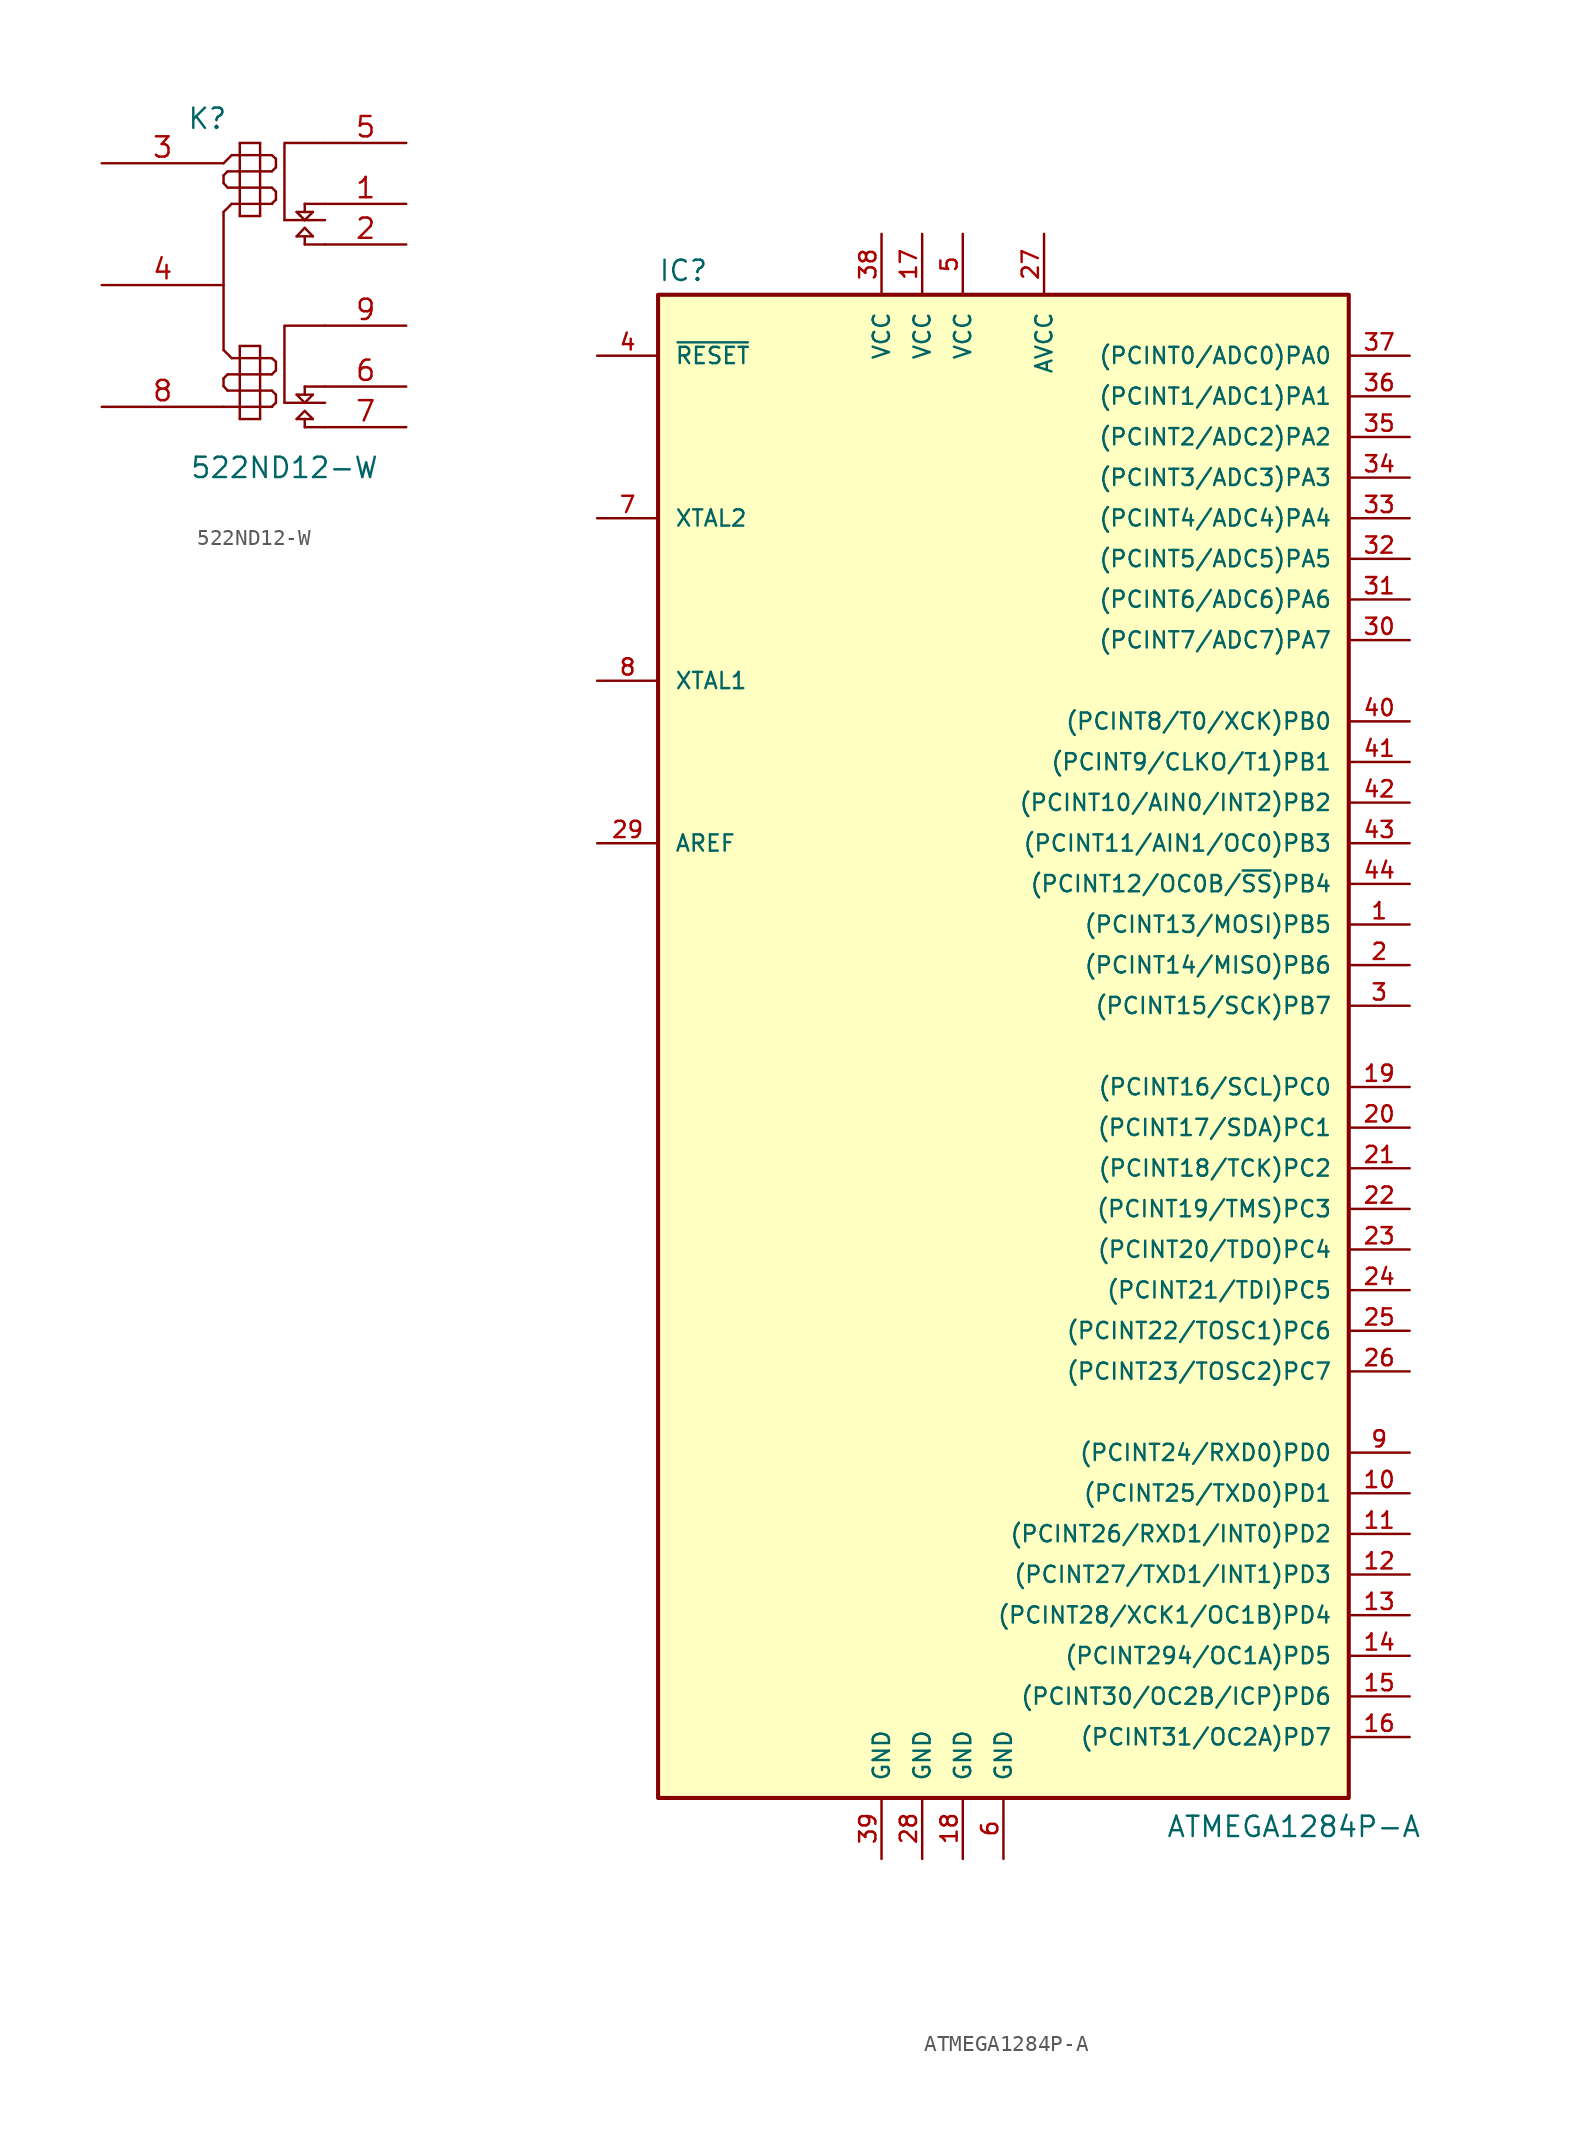
<source format=kicad_sym>
(kicad_symbol_lib
  (version 20211014)
  (generator kicad_symbol_editor)
  (symbol "522ND12-W"
    (pin_names
      (offset 1.016) hide)
    (property "Reference" "K"
      (at -4.826 14.224 0)
      (effects (font (size 1.27 1.27))))
    (property "Value" "522ND12-W"
      (at 0 -7.62 0)
      (effects (font (size 1.27 1.27))))
    (property "Footprint" ""
      (at 0 -2.54 0)
      (effects (font (size 1.27 1.27))))
    (property "Datasheet" ""
      (at 0 -2.54 0)
      (effects (font (size 1.27 1.27))))
    (symbol "522ND12-W_0_1"
      (polyline (pts (xy -3.81 -2.515) (xy -3.81 -2.032)) (stroke (width 0) (type default) (color 0 0 0 0)) (fill (type none)))
      (polyline (pts (xy -3.81 8.382) (xy -3.81 -0.254)) (stroke (width 0) (type default) (color 0 0 0 0)) (fill (type none)))
      (polyline (pts (xy -3.81 10.185) (xy -3.81 10.668)) (stroke (width 0) (type default) (color 0 0 0 0)) (fill (type none)))
      (polyline (pts (xy -3.81 11.43) (xy -3.302 11.938)) (stroke (width 0) (type default) (color 0 0 0 0)) (fill (type none)))
      (polyline (pts (xy -3.556 -2.794) (xy -3.81 -2.515)) (stroke (width 0) (type default) (color 0 0 0 0)) (fill (type none)))
      (polyline (pts (xy -3.556 -1.778) (xy -3.81 -2.032)) (stroke (width 0) (type default) (color 0 0 0 0)) (fill (type none)))
      (polyline (pts (xy -3.556 9.906) (xy -3.81 10.185)) (stroke (width 0) (type default) (color 0 0 0 0)) (fill (type none)))
      (polyline (pts (xy -3.556 10.922) (xy -3.81 10.668)) (stroke (width 0) (type default) (color 0 0 0 0)) (fill (type none)))
      (polyline (pts (xy -3.302 -0.762) (xy -3.81 -0.254)) (stroke (width 0) (type default) (color 0 0 0 0)) (fill (type none)))
      (polyline (pts (xy -3.302 -0.762) (xy -1.524 -0.762)) (stroke (width 0) (type default) (color 0 0 0 0)) (fill (type none)))
      (polyline (pts (xy -3.302 8.89) (xy -3.81 8.382)) (stroke (width 0) (type default) (color 0 0 0 0)) (fill (type none)))
      (polyline (pts (xy -3.302 11.938) (xy -1.524 11.938)) (stroke (width 0) (type default) (color 0 0 0 0)) (fill (type none)))
      (polyline (pts (xy -2.794 -2.794) (xy -3.556 -2.794)) (stroke (width 0) (type default) (color 0 0 0 0)) (fill (type none)))
      (polyline (pts (xy -2.794 -2.794) (xy -1.524 -2.794)) (stroke (width 0) (type default) (color 0 0 0 0)) (fill (type none)))
      (polyline (pts (xy -2.794 -1.778) (xy -3.556 -1.778)) (stroke (width 0) (type default) (color 0 0 0 0)) (fill (type none)))
      (polyline (pts (xy -2.794 9.906) (xy -3.556 9.906)) (stroke (width 0) (type default) (color 0 0 0 0)) (fill (type none)))
      (polyline (pts (xy -2.794 9.906) (xy -1.524 9.906)) (stroke (width 0) (type default) (color 0 0 0 0)) (fill (type none)))
      (polyline (pts (xy -2.794 10.922) (xy -3.556 10.922)) (stroke (width 0) (type default) (color 0 0 0 0)) (fill (type none)))
      (polyline (pts (xy -1.524 -4.572) (xy -2.794 -4.572)) (stroke (width 0) (type default) (color 0 0 0 0)) (fill (type none)))
      (polyline (pts (xy -1.524 -2.794) (xy -0.787 -2.794)) (stroke (width 0) (type default) (color 0 0 0 0)) (fill (type none)))
      (polyline (pts (xy -1.524 -1.778) (xy -2.794 -1.778)) (stroke (width 0) (type default) (color 0 0 0 0)) (fill (type none)))
      (polyline (pts (xy -1.524 -1.778) (xy -0.787 -1.778)) (stroke (width 0) (type default) (color 0 0 0 0)) (fill (type none)))
      (polyline (pts (xy -1.524 -0.762) (xy -0.787 -0.762)) (stroke (width 0) (type default) (color 0 0 0 0)) (fill (type none)))
      (polyline (pts (xy -1.524 0) (xy -1.524 -4.572)) (stroke (width 0) (type default) (color 0 0 0 0)) (fill (type none)))
      (polyline (pts (xy -1.524 8.128) (xy -2.794 8.128)) (stroke (width 0) (type default) (color 0 0 0 0)) (fill (type none)))
      (polyline (pts (xy -1.524 9.906) (xy -0.787 9.906)) (stroke (width 0) (type default) (color 0 0 0 0)) (fill (type none)))
      (polyline (pts (xy -1.524 10.922) (xy -2.794 10.922)) (stroke (width 0) (type default) (color 0 0 0 0)) (fill (type none)))
      (polyline (pts (xy -1.524 10.922) (xy -0.787 10.922)) (stroke (width 0) (type default) (color 0 0 0 0)) (fill (type none)))
      (polyline (pts (xy -1.524 11.938) (xy -0.787 11.938)) (stroke (width 0) (type default) (color 0 0 0 0)) (fill (type none)))
      (polyline (pts (xy -1.524 12.7) (xy -1.524 8.128)) (stroke (width 0) (type default) (color 0 0 0 0)) (fill (type none)))
      (polyline (pts (xy -0.787 -3.785) (xy -0.533 -3.556)) (stroke (width 0) (type default) (color 0 0 0 0)) (fill (type none)))
      (polyline (pts (xy -0.787 -2.794) (xy -0.533 -3.048)) (stroke (width 0) (type default) (color 0 0 0 0)) (fill (type none)))
      (polyline (pts (xy -0.787 -1.778) (xy -0.533 -1.524)) (stroke (width 0) (type default) (color 0 0 0 0)) (fill (type none)))
      (polyline (pts (xy -0.787 -0.762) (xy -0.533 -0.991)) (stroke (width 0) (type default) (color 0 0 0 0)) (fill (type none)))
      (polyline (pts (xy -0.787 8.915) (xy -0.533 9.144)) (stroke (width 0) (type default) (color 0 0 0 0)) (fill (type none)))
      (polyline (pts (xy -0.787 9.906) (xy -0.533 9.652)) (stroke (width 0) (type default) (color 0 0 0 0)) (fill (type none)))
      (polyline (pts (xy -0.787 10.922) (xy -0.533 11.176)) (stroke (width 0) (type default) (color 0 0 0 0)) (fill (type none)))
      (polyline (pts (xy -0.787 11.938) (xy -0.533 11.709)) (stroke (width 0) (type default) (color 0 0 0 0)) (fill (type none)))
      (polyline (pts (xy -0.762 -3.81) (xy -3.81 -3.81)) (stroke (width 0) (type default) (color 0 0 0 0)) (fill (type none)))
      (polyline (pts (xy -0.762 8.89) (xy -3.302 8.89)) (stroke (width 0) (type default) (color 0 0 0 0)) (fill (type none)))
      (polyline (pts (xy -0.533 -3.556) (xy -0.533 -3.048)) (stroke (width 0) (type default) (color 0 0 0 0)) (fill (type none)))
      (polyline (pts (xy -0.533 -0.991) (xy -0.533 -1.524)) (stroke (width 0) (type default) (color 0 0 0 0)) (fill (type none)))
      (polyline (pts (xy -0.533 9.144) (xy -0.533 9.652)) (stroke (width 0) (type default) (color 0 0 0 0)) (fill (type none)))
      (polyline (pts (xy -0.533 11.709) (xy -0.533 11.176)) (stroke (width 0) (type default) (color 0 0 0 0)) (fill (type none)))
      (polyline (pts (xy 0 -3.556) (xy 1.27 -3.556)) (stroke (width 0) (type default) (color 0 0 0 0)) (fill (type none)))
      (polyline (pts (xy 0.762 -4.572) (xy 1.778 -4.572)) (stroke (width 0) (type default) (color 0 0 0 0)) (fill (type none)))
      (polyline (pts (xy 0.762 -3.048) (xy 1.778 -3.048)) (stroke (width 0) (type default) (color 0 0 0 0)) (fill (type none)))
      (polyline (pts (xy 0.762 6.858) (xy 1.27 7.391)) (stroke (width 0) (type default) (color 0 0 0 0)) (fill (type none)))
      (polyline (pts (xy 0.762 8.382) (xy 1.27 8.382)) (stroke (width 0) (type default) (color 0 0 0 0)) (fill (type none)))
      (polyline (pts (xy 0.991 8.153) (xy 0.762 8.382)) (stroke (width 0) (type default) (color 0 0 0 0)) (fill (type none)))
      (polyline (pts (xy 0.991 8.153) (xy 1.27 7.874)) (stroke (width 0) (type default) (color 0 0 0 0)) (fill (type none)))
      (polyline (pts (xy 1.27 -5.08) (xy 1.27 -4.572)) (stroke (width 0) (type default) (color 0 0 0 0)) (fill (type none)))
      (polyline (pts (xy 1.27 -4.572) (xy 1.27 -4.572)) (stroke (width 0) (type default) (color 0 0 0 0)) (fill (type none)))
      (polyline (pts (xy 1.27 -4.064) (xy 0.762 -4.572)) (stroke (width 0) (type default) (color 0 0 0 0)) (fill (type none)))
      (polyline (pts (xy 1.27 -3.556) (xy 0.762 -3.048)) (stroke (width 0) (type default) (color 0 0 0 0)) (fill (type none)))
      (polyline (pts (xy 1.27 -3.556) (xy 2.54 -3.556)) (stroke (width 0) (type default) (color 0 0 0 0)) (fill (type none)))
      (polyline (pts (xy 1.27 -2.54) (xy 1.27 -3.048)) (stroke (width 0) (type default) (color 0 0 0 0)) (fill (type none)))
      (polyline (pts (xy 1.27 -2.54) (xy 2.54 -2.54)) (stroke (width 0) (type default) (color 0 0 0 0)) (fill (type none)))
      (polyline (pts (xy 1.27 6.35) (xy 1.27 6.858)) (stroke (width 0) (type default) (color 0 0 0 0)) (fill (type none)))
      (polyline (pts (xy 1.27 6.35) (xy 2.54 6.35)) (stroke (width 0) (type default) (color 0 0 0 0)) (fill (type none)))
      (polyline (pts (xy 1.27 7.391) (xy 1.778 6.858)) (stroke (width 0) (type default) (color 0 0 0 0)) (fill (type none)))
      (polyline (pts (xy 1.27 7.874) (xy 0 7.874)) (stroke (width 0) (type default) (color 0 0 0 0)) (fill (type none)))
      (polyline (pts (xy 1.27 7.874) (xy 1.524 7.874)) (stroke (width 0) (type default) (color 0 0 0 0)) (fill (type none)))
      (polyline (pts (xy 1.27 8.382) (xy 1.778 8.382)) (stroke (width 0) (type default) (color 0 0 0 0)) (fill (type none)))
      (polyline (pts (xy 1.27 8.89) (xy 1.27 8.382)) (stroke (width 0) (type default) (color 0 0 0 0)) (fill (type none)))
      (polyline (pts (xy 1.27 8.89) (xy 2.54 8.89)) (stroke (width 0) (type default) (color 0 0 0 0)) (fill (type none)))
      (polyline (pts (xy 1.524 7.874) (xy 2.54 7.874)) (stroke (width 0) (type default) (color 0 0 0 0)) (fill (type none)))
      (polyline (pts (xy 1.778 -4.572) (xy 1.27 -4.064)) (stroke (width 0) (type default) (color 0 0 0 0)) (fill (type none)))
      (polyline (pts (xy 1.778 -3.048) (xy 1.27 -3.556)) (stroke (width 0) (type default) (color 0 0 0 0)) (fill (type none)))
      (polyline (pts (xy 1.778 6.858) (xy 0.762 6.858)) (stroke (width 0) (type default) (color 0 0 0 0)) (fill (type none)))
      (polyline (pts (xy 1.778 8.382) (xy 1.27 7.874)) (stroke (width 0) (type default) (color 0 0 0 0)) (fill (type none)))
      (polyline (pts (xy 2.54 -5.08) (xy 1.27 -5.08)) (stroke (width 0) (type default) (color 0 0 0 0)) (fill (type none)))
      (polyline (pts (xy -2.794 -4.572) (xy -2.794 -0.762) (xy -2.794 0)) (stroke (width 0) (type default) (color 0 0 0 0)) (fill (type none)))
      (polyline (pts (xy -2.794 0) (xy -2.286 0) (xy -1.524 0)) (stroke (width 0) (type default) (color 0 0 0 0)) (fill (type none)))
      (polyline (pts (xy -2.794 8.128) (xy -2.794 11.938) (xy -2.794 12.7)) (stroke (width 0) (type default) (color 0 0 0 0)) (fill (type none)))
      (polyline (pts (xy -2.794 12.7) (xy -2.286 12.7) (xy -1.524 12.7)) (stroke (width 0) (type default) (color 0 0 0 0)) (fill (type none)))
      (polyline (pts (xy 0 -3.556) (xy 0 1.27) (xy 2.54 1.27)) (stroke (width 0) (type default) (color 0 0 0 0)) (fill (type none)))
      (polyline (pts (xy 0 7.874) (xy 0 12.7) (xy 2.54 12.7)) (stroke (width 0) (type default) (color 0 0 0 0)) (fill (type none))))
    (symbol "522ND12-W_1_1"
      (pin passive line (at 7.62 8.89 180) (length 5.08) (name "C2" (effects (font (size 1.27 1.27)))) (number "1" (effects (font (size 1.27 1.27)))))
      (pin passive line (at 7.62 6.35 180) (length 5.08) (name "C1" (effects (font (size 1.27 1.27)))) (number "2" (effects (font (size 1.27 1.27)))))
      (pin input line (at -11.43 11.43 0) (length 7.62) (name "8" (effects (font (size 1.27 1.27)))) (number "3" (effects (font (size 1.27 1.27)))))
      (pin input line (at -11.43 3.81 0) (length 7.62) (name "9" (effects (font (size 1.27 1.27)))) (number "4" (effects (font (size 1.27 1.27)))))
      (pin input line (at 7.62 12.7 180) (length 5.08) (name "9" (effects (font (size 1.27 1.27)))) (number "5" (effects (font (size 1.27 1.27)))))
      (pin passive line (at 7.62 -2.54 180) (length 5.08) (name "R2" (effects (font (size 1.27 1.27)))) (number "6" (effects (font (size 1.27 1.27)))))
      (pin passive line (at 7.62 -5.08 180) (length 5.08) (name "R1" (effects (font (size 1.27 1.27)))) (number "7" (effects (font (size 1.27 1.27)))))
      (pin passive line (at -11.43 -3.81 0) (length 7.62) (name "T2" (effects (font (size 1.27 1.27)))) (number "8" (effects (font (size 1.27 1.27)))))
      (pin passive line (at 7.62 1.27 180) (length 5.08) (name "T1" (effects (font (size 1.27 1.27)))) (number "9" (effects (font (size 1.27 1.27)))))))
  (symbol "ATMEGA1284P-A"
    (pin_names
      (offset 1.016))
    (property "Reference" "IC"
      (at -21.59 47.752 0)
      (effects (font (size 1.27 1.27)) (justify left bottom)))
    (property "Value" "ATMEGA1284P-A"
      (at 10.16 -49.53 0)
      (effects (font (size 1.27 1.27)) (justify left bottom)))
    (property "Footprint" ""
      (at 0 0 0)
      (effects (font (size 1.27 1.27) italic)))
    (property "Datasheet" ""
      (at 0 0 0)
      (effects (font (size 1.27 1.27))))
    (symbol "ATMEGA1284P-A_0_1"
      (rectangle (start -21.59 46.99) (end 21.59 -46.99) (stroke (width 0.254) (type default) (color 0 0 0 0)) (fill (type background))))
    (symbol "ATMEGA1284P-A_1_1"
      (pin bidirectional line (at 25.4 7.62 180) (length 3.81) (name "(PCINT13/MOSI)PB5" (effects (font (size 1.016 1.016)))) (number "1" (effects (font (size 1.016 1.016)))))
      (pin bidirectional line (at 25.4 -27.94 180) (length 3.81) (name "(PCINT25/TXD0)PD1" (effects (font (size 1.016 1.016)))) (number "10" (effects (font (size 1.016 1.016)))))
      (pin bidirectional line (at 25.4 -30.48 180) (length 3.81) (name "(PCINT26/RXD1/INT0)PD2" (effects (font (size 1.016 1.016)))) (number "11" (effects (font (size 1.016 1.016)))))
      (pin bidirectional line (at 25.4 -33.02 180) (length 3.81) (name "(PCINT27/TXD1/INT1)PD3" (effects (font (size 1.016 1.016)))) (number "12" (effects (font (size 1.016 1.016)))))
      (pin bidirectional line (at 25.4 -35.56 180) (length 3.81) (name "(PCINT28/XCK1/OC1B)PD4" (effects (font (size 1.016 1.016)))) (number "13" (effects (font (size 1.016 1.016)))))
      (pin bidirectional line (at 25.4 -38.1 180) (length 3.81) (name "(PCINT294/OC1A)PD5" (effects (font (size 1.016 1.016)))) (number "14" (effects (font (size 1.016 1.016)))))
      (pin bidirectional line (at 25.4 -40.64 180) (length 3.81) (name "(PCINT30/OC2B/ICP)PD6" (effects (font (size 1.016 1.016)))) (number "15" (effects (font (size 1.016 1.016)))))
      (pin bidirectional line (at 25.4 -43.18 180) (length 3.81) (name "(PCINT31/OC2A)PD7" (effects (font (size 1.016 1.016)))) (number "16" (effects (font (size 1.016 1.016)))))
      (pin power_in line (at -5.08 50.8 270) (length 3.81) (name "VCC" (effects (font (size 1.016 1.016)))) (number "17" (effects (font (size 1.016 1.016)))))
      (pin power_in line (at -2.54 -50.8 90) (length 3.81) (name "GND" (effects (font (size 1.016 1.016)))) (number "18" (effects (font (size 1.016 1.016)))))
      (pin bidirectional line (at 25.4 -2.54 180) (length 3.81) (name "(PCINT16/SCL)PC0" (effects (font (size 1.016 1.016)))) (number "19" (effects (font (size 1.016 1.016)))))
      (pin bidirectional line (at 25.4 5.08 180) (length 3.81) (name "(PCINT14/MISO)PB6" (effects (font (size 1.016 1.016)))) (number "2" (effects (font (size 1.016 1.016)))))
      (pin bidirectional line (at 25.4 -5.08 180) (length 3.81) (name "(PCINT17/SDA)PC1" (effects (font (size 1.016 1.016)))) (number "20" (effects (font (size 1.016 1.016)))))
      (pin bidirectional line (at 25.4 -7.62 180) (length 3.81) (name "(PCINT18/TCK)PC2" (effects (font (size 1.016 1.016)))) (number "21" (effects (font (size 1.016 1.016)))))
      (pin bidirectional line (at 25.4 -10.16 180) (length 3.81) (name "(PCINT19/TMS)PC3" (effects (font (size 1.016 1.016)))) (number "22" (effects (font (size 1.016 1.016)))))
      (pin bidirectional line (at 25.4 -12.7 180) (length 3.81) (name "(PCINT20/TDO)PC4" (effects (font (size 1.016 1.016)))) (number "23" (effects (font (size 1.016 1.016)))))
      (pin bidirectional line (at 25.4 -15.24 180) (length 3.81) (name "(PCINT21/TDI)PC5" (effects (font (size 1.016 1.016)))) (number "24" (effects (font (size 1.016 1.016)))))
      (pin bidirectional line (at 25.4 -17.78 180) (length 3.81) (name "(PCINT22/TOSC1)PC6" (effects (font (size 1.016 1.016)))) (number "25" (effects (font (size 1.016 1.016)))))
      (pin bidirectional line (at 25.4 -20.32 180) (length 3.81) (name "(PCINT23/TOSC2)PC7" (effects (font (size 1.016 1.016)))) (number "26" (effects (font (size 1.016 1.016)))))
      (pin power_in line (at 2.54 50.8 270) (length 3.81) (name "AVCC" (effects (font (size 1.016 1.016)))) (number "27" (effects (font (size 1.016 1.016)))))
      (pin power_in line (at -5.08 -50.8 90) (length 3.81) (name "GND" (effects (font (size 1.016 1.016)))) (number "28" (effects (font (size 1.016 1.016)))))
      (pin power_in line (at -25.4 12.7 0) (length 3.81) (name "AREF" (effects (font (size 1.016 1.016)))) (number "29" (effects (font (size 1.016 1.016)))))
      (pin bidirectional line (at 25.4 2.54 180) (length 3.81) (name "(PCINT15/SCK)PB7" (effects (font (size 1.016 1.016)))) (number "3" (effects (font (size 1.016 1.016)))))
      (pin bidirectional line (at 25.4 25.4 180) (length 3.81) (name "(PCINT7/ADC7)PA7" (effects (font (size 1.016 1.016)))) (number "30" (effects (font (size 1.016 1.016)))))
      (pin bidirectional line (at 25.4 27.94 180) (length 3.81) (name "(PCINT6/ADC6)PA6" (effects (font (size 1.016 1.016)))) (number "31" (effects (font (size 1.016 1.016)))))
      (pin bidirectional line (at 25.4 30.48 180) (length 3.81) (name "(PCINT5/ADC5)PA5" (effects (font (size 1.016 1.016)))) (number "32" (effects (font (size 1.016 1.016)))))
      (pin bidirectional line (at 25.4 33.02 180) (length 3.81) (name "(PCINT4/ADC4)PA4" (effects (font (size 1.016 1.016)))) (number "33" (effects (font (size 1.016 1.016)))))
      (pin bidirectional line (at 25.4 35.56 180) (length 3.81) (name "(PCINT3/ADC3)PA3" (effects (font (size 1.016 1.016)))) (number "34" (effects (font (size 1.016 1.016)))))
      (pin bidirectional line (at 25.4 38.1 180) (length 3.81) (name "(PCINT2/ADC2)PA2" (effects (font (size 1.016 1.016)))) (number "35" (effects (font (size 1.016 1.016)))))
      (pin bidirectional line (at 25.4 40.64 180) (length 3.81) (name "(PCINT1/ADC1)PA1" (effects (font (size 1.016 1.016)))) (number "36" (effects (font (size 1.016 1.016)))))
      (pin bidirectional line (at 25.4 43.18 180) (length 3.81) (name "(PCINT0/ADC0)PA0" (effects (font (size 1.016 1.016)))) (number "37" (effects (font (size 1.016 1.016)))))
      (pin power_in line (at -7.62 50.8 270) (length 3.81) (name "VCC" (effects (font (size 1.016 1.016)))) (number "38" (effects (font (size 1.016 1.016)))))
      (pin power_in line (at -7.62 -50.8 90) (length 3.81) (name "GND" (effects (font (size 1.016 1.016)))) (number "39" (effects (font (size 1.016 1.016)))))
      (pin input line (at -25.4 43.18 0) (length 3.81) (name "~{RESET}" (effects (font (size 1.016 1.016)))) (number "4" (effects (font (size 1.016 1.016)))))
      (pin bidirectional line (at 25.4 20.32 180) (length 3.81) (name "(PCINT8/T0/XCK)PB0" (effects (font (size 1.016 1.016)))) (number "40" (effects (font (size 1.016 1.016)))))
      (pin bidirectional line (at 25.4 17.78 180) (length 3.81) (name "(PCINT9/CLKO/T1)PB1" (effects (font (size 1.016 1.016)))) (number "41" (effects (font (size 1.016 1.016)))))
      (pin bidirectional line (at 25.4 15.24 180) (length 3.81) (name "(PCINT10/AIN0/INT2)PB2" (effects (font (size 1.016 1.016)))) (number "42" (effects (font (size 1.016 1.016)))))
      (pin bidirectional line (at 25.4 12.7 180) (length 3.81) (name "(PCINT11/AIN1/OC0)PB3" (effects (font (size 1.016 1.016)))) (number "43" (effects (font (size 1.016 1.016)))))
      (pin bidirectional line (at 25.4 10.16 180) (length 3.81) (name "(PCINT12/OC0B/~{SS})PB4" (effects (font (size 1.016 1.016)))) (number "44" (effects (font (size 1.016 1.016)))))
      (pin power_in line (at -2.54 50.8 270) (length 3.81) (name "VCC" (effects (font (size 1.016 1.016)))) (number "5" (effects (font (size 1.016 1.016)))))
      (pin power_in line (at 0 -50.8 90) (length 3.81) (name "GND" (effects (font (size 1.016 1.016)))) (number "6" (effects (font (size 1.016 1.016)))))
      (pin bidirectional line (at -25.4 33.02 0) (length 3.81) (name "XTAL2" (effects (font (size 1.016 1.016)))) (number "7" (effects (font (size 1.016 1.016)))))
      (pin bidirectional line (at -25.4 22.86 0) (length 3.81) (name "XTAL1" (effects (font (size 1.016 1.016)))) (number "8" (effects (font (size 1.016 1.016)))))
      (pin bidirectional line (at 25.4 -25.4 180) (length 3.81) (name "(PCINT24/RXD0)PD0" (effects (font (size 1.016 1.016)))) (number "9" (effects (font (size 1.016 1.016))))))))
</source>
